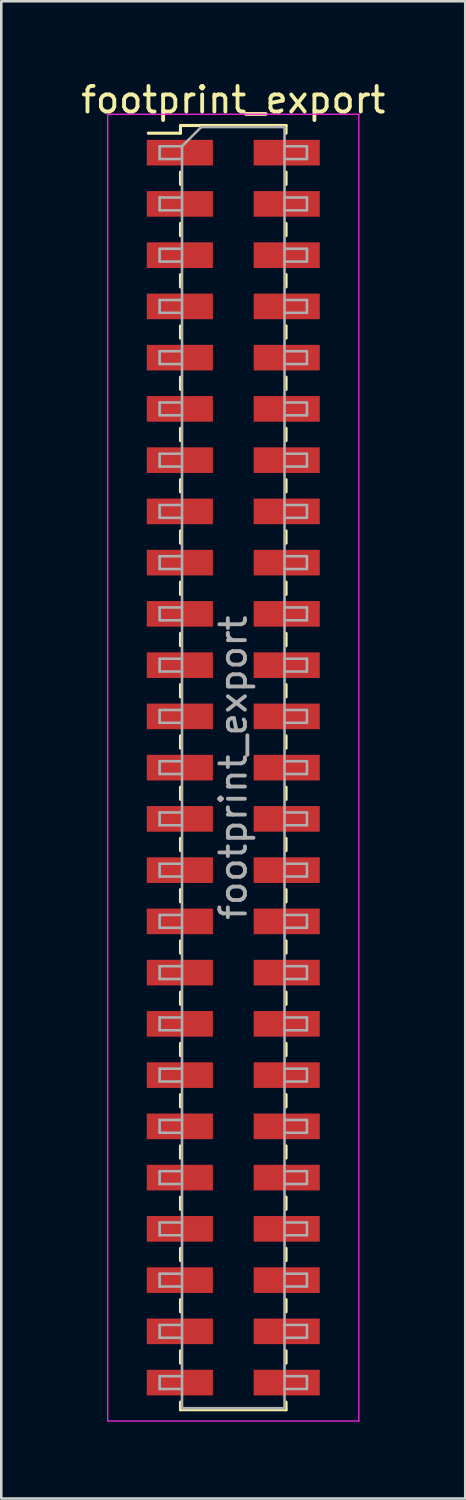
<source format=kicad_pcb>
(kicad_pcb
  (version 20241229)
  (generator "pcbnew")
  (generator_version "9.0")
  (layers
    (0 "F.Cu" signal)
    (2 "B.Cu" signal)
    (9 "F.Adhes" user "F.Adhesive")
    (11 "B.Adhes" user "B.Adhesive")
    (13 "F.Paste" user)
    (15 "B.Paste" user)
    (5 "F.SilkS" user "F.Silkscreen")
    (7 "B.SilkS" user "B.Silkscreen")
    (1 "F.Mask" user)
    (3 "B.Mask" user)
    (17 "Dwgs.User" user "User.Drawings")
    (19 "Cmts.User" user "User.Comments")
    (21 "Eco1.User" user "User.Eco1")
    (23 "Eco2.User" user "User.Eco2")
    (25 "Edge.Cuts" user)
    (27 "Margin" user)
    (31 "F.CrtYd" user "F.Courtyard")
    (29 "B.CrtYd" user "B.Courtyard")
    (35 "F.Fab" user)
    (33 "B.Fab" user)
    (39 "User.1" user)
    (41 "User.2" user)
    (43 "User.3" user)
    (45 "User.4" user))
  (footprint "footprint_export"
    (layer "F.Cu")
    (at 6.054 26.908)
    (property "Reference" "footprint_export" (at 0 -26.06 0) (layer "F.SilkS") (effects (font (size 1 1) (thickness 0.15))))
    (attr smd)
    (fp_line (start -3.315 -24.76) (end -2.06 -24.76) (stroke (width 0.12) (type solid)) (layer "F.SilkS"))
    (fp_line (start -2.06 -25.06) (end -2.06 -24.76) (stroke (width 0.12) (type solid)) (layer "F.SilkS"))
    (fp_line (start -2.06 -25.06) (end 2.06 -25.06) (stroke (width 0.12) (type solid)) (layer "F.SilkS"))
    (fp_line (start -2.06 -23.24) (end -2.06 -22.76) (stroke (width 0.12) (type solid)) (layer "F.SilkS"))
    (fp_line (start -2.06 -21.24) (end -2.06 -20.76) (stroke (width 0.12) (type solid)) (layer "F.SilkS"))
    (fp_line (start -2.06 -19.24) (end -2.06 -18.76) (stroke (width 0.12) (type solid)) (layer "F.SilkS"))
    (fp_line (start -2.06 -17.24) (end -2.06 -16.76) (stroke (width 0.12) (type solid)) (layer "F.SilkS"))
    (fp_line (start -2.06 -15.24) (end -2.06 -14.76) (stroke (width 0.12) (type solid)) (layer "F.SilkS"))
    (fp_line (start -2.06 -13.24) (end -2.06 -12.76) (stroke (width 0.12) (type solid)) (layer "F.SilkS"))
    (fp_line (start -2.06 -11.24) (end -2.06 -10.76) (stroke (width 0.12) (type solid)) (layer "F.SilkS"))
    (fp_line (start -2.06 -9.24) (end -2.06 -8.76) (stroke (width 0.12) (type solid)) (layer "F.SilkS"))
    (fp_line (start -2.06 -7.24) (end -2.06 -6.76) (stroke (width 0.12) (type solid)) (layer "F.SilkS"))
    (fp_line (start -2.06 -5.24) (end -2.06 -4.76) (stroke (width 0.12) (type solid)) (layer "F.SilkS"))
    (fp_line (start -2.06 -3.24) (end -2.06 -2.76) (stroke (width 0.12) (type solid)) (layer "F.SilkS"))
    (fp_line (start -2.06 -1.24) (end -2.06 -0.76) (stroke (width 0.12) (type solid)) (layer "F.SilkS"))
    (fp_line (start -2.06 0.76) (end -2.06 1.24) (stroke (width 0.12) (type solid)) (layer "F.SilkS"))
    (fp_line (start -2.06 2.76) (end -2.06 3.24) (stroke (width 0.12) (type solid)) (layer "F.SilkS"))
    (fp_line (start -2.06 4.76) (end -2.06 5.24) (stroke (width 0.12) (type solid)) (layer "F.SilkS"))
    (fp_line (start -2.06 6.76) (end -2.06 7.24) (stroke (width 0.12) (type solid)) (layer "F.SilkS"))
    (fp_line (start -2.06 8.76) (end -2.06 9.24) (stroke (width 0.12) (type solid)) (layer "F.SilkS"))
    (fp_line (start -2.06 10.76) (end -2.06 11.24) (stroke (width 0.12) (type solid)) (layer "F.SilkS"))
    (fp_line (start -2.06 12.76) (end -2.06 13.24) (stroke (width 0.12) (type solid)) (layer "F.SilkS"))
    (fp_line (start -2.06 14.76) (end -2.06 15.24) (stroke (width 0.12) (type solid)) (layer "F.SilkS"))
    (fp_line (start -2.06 16.76) (end -2.06 17.24) (stroke (width 0.12) (type solid)) (layer "F.SilkS"))
    (fp_line (start -2.06 18.76) (end -2.06 19.24) (stroke (width 0.12) (type solid)) (layer "F.SilkS"))
    (fp_line (start -2.06 20.76) (end -2.06 21.24) (stroke (width 0.12) (type solid)) (layer "F.SilkS"))
    (fp_line (start -2.06 22.76) (end -2.06 23.24) (stroke (width 0.12) (type solid)) (layer "F.SilkS"))
    (fp_line (start -2.06 24.76) (end -2.06 25.06) (stroke (width 0.12) (type solid)) (layer "F.SilkS"))
    (fp_line (start -2.06 25.06) (end 2.06 25.06) (stroke (width 0.12) (type solid)) (layer "F.SilkS"))
    (fp_line (start 2.06 -25.06) (end 2.06 -24.76) (stroke (width 0.12) (type solid)) (layer "F.SilkS"))
    (fp_line (start 2.06 -23.24) (end 2.06 -22.76) (stroke (width 0.12) (type solid)) (layer "F.SilkS"))
    (fp_line (start 2.06 -21.24) (end 2.06 -20.76) (stroke (width 0.12) (type solid)) (layer "F.SilkS"))
    (fp_line (start 2.06 -19.24) (end 2.06 -18.76) (stroke (width 0.12) (type solid)) (layer "F.SilkS"))
    (fp_line (start 2.06 -17.24) (end 2.06 -16.76) (stroke (width 0.12) (type solid)) (layer "F.SilkS"))
    (fp_line (start 2.06 -15.24) (end 2.06 -14.76) (stroke (width 0.12) (type solid)) (layer "F.SilkS"))
    (fp_line (start 2.06 -13.24) (end 2.06 -12.76) (stroke (width 0.12) (type solid)) (layer "F.SilkS"))
    (fp_line (start 2.06 -11.24) (end 2.06 -10.76) (stroke (width 0.12) (type solid)) (layer "F.SilkS"))
    (fp_line (start 2.06 -9.24) (end 2.06 -8.76) (stroke (width 0.12) (type solid)) (layer "F.SilkS"))
    (fp_line (start 2.06 -7.24) (end 2.06 -6.76) (stroke (width 0.12) (type solid)) (layer "F.SilkS"))
    (fp_line (start 2.06 -5.24) (end 2.06 -4.76) (stroke (width 0.12) (type solid)) (layer "F.SilkS"))
    (fp_line (start 2.06 -3.24) (end 2.06 -2.76) (stroke (width 0.12) (type solid)) (layer "F.SilkS"))
    (fp_line (start 2.06 -1.24) (end 2.06 -0.76) (stroke (width 0.12) (type solid)) (layer "F.SilkS"))
    (fp_line (start 2.06 0.76) (end 2.06 1.24) (stroke (width 0.12) (type solid)) (layer "F.SilkS"))
    (fp_line (start 2.06 2.76) (end 2.06 3.24) (stroke (width 0.12) (type solid)) (layer "F.SilkS"))
    (fp_line (start 2.06 4.76) (end 2.06 5.24) (stroke (width 0.12) (type solid)) (layer "F.SilkS"))
    (fp_line (start 2.06 6.76) (end 2.06 7.24) (stroke (width 0.12) (type solid)) (layer "F.SilkS"))
    (fp_line (start 2.06 8.76) (end 2.06 9.24) (stroke (width 0.12) (type solid)) (layer "F.SilkS"))
    (fp_line (start 2.06 10.76) (end 2.06 11.24) (stroke (width 0.12) (type solid)) (layer "F.SilkS"))
    (fp_line (start 2.06 12.76) (end 2.06 13.24) (stroke (width 0.12) (type solid)) (layer "F.SilkS"))
    (fp_line (start 2.06 14.76) (end 2.06 15.24) (stroke (width 0.12) (type solid)) (layer "F.SilkS"))
    (fp_line (start 2.06 16.76) (end 2.06 17.24) (stroke (width 0.12) (type solid)) (layer "F.SilkS"))
    (fp_line (start 2.06 18.76) (end 2.06 19.24) (stroke (width 0.12) (type solid)) (layer "F.SilkS"))
    (fp_line (start 2.06 20.76) (end 2.06 21.24) (stroke (width 0.12) (type solid)) (layer "F.SilkS"))
    (fp_line (start 2.06 22.76) (end 2.06 23.24) (stroke (width 0.12) (type solid)) (layer "F.SilkS"))
    (fp_line (start 2.06 24.76) (end 2.06 25.06) (stroke (width 0.12) (type solid)) (layer "F.SilkS"))
    (fp_line (start -4.9 -25.5) (end -4.9 25.5) (stroke (width 0.05) (type solid)) (layer "F.CrtYd"))
    (fp_line (start -4.9 25.5) (end 4.9 25.5) (stroke (width 0.05) (type solid)) (layer "F.CrtYd"))
    (fp_line (start 4.9 -25.5) (end -4.9 -25.5) (stroke (width 0.05) (type solid)) (layer "F.CrtYd"))
    (fp_line (start 4.9 25.5) (end 4.9 -25.5) (stroke (width 0.05) (type solid)) (layer "F.CrtYd"))
    (fp_line (start -2.875 -24.25) (end -2.875 -23.75) (stroke (width 0.1) (type solid)) (layer "F.Fab"))
    (fp_line (start -2.875 -23.75) (end -2 -23.75) (stroke (width 0.1) (type solid)) (layer "F.Fab"))
    (fp_line (start -2.875 -22.25) (end -2.875 -21.75) (stroke (width 0.1) (type solid)) (layer "F.Fab"))
    (fp_line (start -2.875 -21.75) (end -2 -21.75) (stroke (width 0.1) (type solid)) (layer "F.Fab"))
    (fp_line (start -2.875 -20.25) (end -2.875 -19.75) (stroke (width 0.1) (type solid)) (layer "F.Fab"))
    (fp_line (start -2.875 -19.75) (end -2 -19.75) (stroke (width 0.1) (type solid)) (layer "F.Fab"))
    (fp_line (start -2.875 -18.25) (end -2.875 -17.75) (stroke (width 0.1) (type solid)) (layer "F.Fab"))
    (fp_line (start -2.875 -17.75) (end -2 -17.75) (stroke (width 0.1) (type solid)) (layer "F.Fab"))
    (fp_line (start -2.875 -16.25) (end -2.875 -15.75) (stroke (width 0.1) (type solid)) (layer "F.Fab"))
    (fp_line (start -2.875 -15.75) (end -2 -15.75) (stroke (width 0.1) (type solid)) (layer "F.Fab"))
    (fp_line (start -2.875 -14.25) (end -2.875 -13.75) (stroke (width 0.1) (type solid)) (layer "F.Fab"))
    (fp_line (start -2.875 -13.75) (end -2 -13.75) (stroke (width 0.1) (type solid)) (layer "F.Fab"))
    (fp_line (start -2.875 -12.25) (end -2.875 -11.75) (stroke (width 0.1) (type solid)) (layer "F.Fab"))
    (fp_line (start -2.875 -11.75) (end -2 -11.75) (stroke (width 0.1) (type solid)) (layer "F.Fab"))
    (fp_line (start -2.875 -10.25) (end -2.875 -9.75) (stroke (width 0.1) (type solid)) (layer "F.Fab"))
    (fp_line (start -2.875 -9.75) (end -2 -9.75) (stroke (width 0.1) (type solid)) (layer "F.Fab"))
    (fp_line (start -2.875 -8.25) (end -2.875 -7.75) (stroke (width 0.1) (type solid)) (layer "F.Fab"))
    (fp_line (start -2.875 -7.75) (end -2 -7.75) (stroke (width 0.1) (type solid)) (layer "F.Fab"))
    (fp_line (start -2.875 -6.25) (end -2.875 -5.75) (stroke (width 0.1) (type solid)) (layer "F.Fab"))
    (fp_line (start -2.875 -5.75) (end -2 -5.75) (stroke (width 0.1) (type solid)) (layer "F.Fab"))
    (fp_line (start -2.875 -4.25) (end -2.875 -3.75) (stroke (width 0.1) (type solid)) (layer "F.Fab"))
    (fp_line (start -2.875 -3.75) (end -2 -3.75) (stroke (width 0.1) (type solid)) (layer "F.Fab"))
    (fp_line (start -2.875 -2.25) (end -2.875 -1.75) (stroke (width 0.1) (type solid)) (layer "F.Fab"))
    (fp_line (start -2.875 -1.75) (end -2 -1.75) (stroke (width 0.1) (type solid)) (layer "F.Fab"))
    (fp_line (start -2.875 -0.25) (end -2.875 0.25) (stroke (width 0.1) (type solid)) (layer "F.Fab"))
    (fp_line (start -2.875 0.25) (end -2 0.25) (stroke (width 0.1) (type solid)) (layer "F.Fab"))
    (fp_line (start -2.875 1.75) (end -2.875 2.25) (stroke (width 0.1) (type solid)) (layer "F.Fab"))
    (fp_line (start -2.875 2.25) (end -2 2.25) (stroke (width 0.1) (type solid)) (layer "F.Fab"))
    (fp_line (start -2.875 3.75) (end -2.875 4.25) (stroke (width 0.1) (type solid)) (layer "F.Fab"))
    (fp_line (start -2.875 4.25) (end -2 4.25) (stroke (width 0.1) (type solid)) (layer "F.Fab"))
    (fp_line (start -2.875 5.75) (end -2.875 6.25) (stroke (width 0.1) (type solid)) (layer "F.Fab"))
    (fp_line (start -2.875 6.25) (end -2 6.25) (stroke (width 0.1) (type solid)) (layer "F.Fab"))
    (fp_line (start -2.875 7.75) (end -2.875 8.25) (stroke (width 0.1) (type solid)) (layer "F.Fab"))
    (fp_line (start -2.875 8.25) (end -2 8.25) (stroke (width 0.1) (type solid)) (layer "F.Fab"))
    (fp_line (start -2.875 9.75) (end -2.875 10.25) (stroke (width 0.1) (type solid)) (layer "F.Fab"))
    (fp_line (start -2.875 10.25) (end -2 10.25) (stroke (width 0.1) (type solid)) (layer "F.Fab"))
    (fp_line (start -2.875 11.75) (end -2.875 12.25) (stroke (width 0.1) (type solid)) (layer "F.Fab"))
    (fp_line (start -2.875 12.25) (end -2 12.25) (stroke (width 0.1) (type solid)) (layer "F.Fab"))
    (fp_line (start -2.875 13.75) (end -2.875 14.25) (stroke (width 0.1) (type solid)) (layer "F.Fab"))
    (fp_line (start -2.875 14.25) (end -2 14.25) (stroke (width 0.1) (type solid)) (layer "F.Fab"))
    (fp_line (start -2.875 15.75) (end -2.875 16.25) (stroke (width 0.1) (type solid)) (layer "F.Fab"))
    (fp_line (start -2.875 16.25) (end -2 16.25) (stroke (width 0.1) (type solid)) (layer "F.Fab"))
    (fp_line (start -2.875 17.75) (end -2.875 18.25) (stroke (width 0.1) (type solid)) (layer "F.Fab"))
    (fp_line (start -2.875 18.25) (end -2 18.25) (stroke (width 0.1) (type solid)) (layer "F.Fab"))
    (fp_line (start -2.875 19.75) (end -2.875 20.25) (stroke (width 0.1) (type solid)) (layer "F.Fab"))
    (fp_line (start -2.875 20.25) (end -2 20.25) (stroke (width 0.1) (type solid)) (layer "F.Fab"))
    (fp_line (start -2.875 21.75) (end -2.875 22.25) (stroke (width 0.1) (type solid)) (layer "F.Fab"))
    (fp_line (start -2.875 22.25) (end -2 22.25) (stroke (width 0.1) (type solid)) (layer "F.Fab"))
    (fp_line (start -2.875 23.75) (end -2.875 24.25) (stroke (width 0.1) (type solid)) (layer "F.Fab"))
    (fp_line (start -2.875 24.25) (end -2 24.25) (stroke (width 0.1) (type solid)) (layer "F.Fab"))
    (fp_line (start -2 -24.25) (end -2.875 -24.25) (stroke (width 0.1) (type solid)) (layer "F.Fab"))
    (fp_line (start -2 -24.25) (end -1.25 -25) (stroke (width 0.1) (type solid)) (layer "F.Fab"))
    (fp_line (start -2 -22.25) (end -2.875 -22.25) (stroke (width 0.1) (type solid)) (layer "F.Fab"))
    (fp_line (start -2 -20.25) (end -2.875 -20.25) (stroke (width 0.1) (type solid)) (layer "F.Fab"))
    (fp_line (start -2 -18.25) (end -2.875 -18.25) (stroke (width 0.1) (type solid)) (layer "F.Fab"))
    (fp_line (start -2 -16.25) (end -2.875 -16.25) (stroke (width 0.1) (type solid)) (layer "F.Fab"))
    (fp_line (start -2 -14.25) (end -2.875 -14.25) (stroke (width 0.1) (type solid)) (layer "F.Fab"))
    (fp_line (start -2 -12.25) (end -2.875 -12.25) (stroke (width 0.1) (type solid)) (layer "F.Fab"))
    (fp_line (start -2 -10.25) (end -2.875 -10.25) (stroke (width 0.1) (type solid)) (layer "F.Fab"))
    (fp_line (start -2 -8.25) (end -2.875 -8.25) (stroke (width 0.1) (type solid)) (layer "F.Fab"))
    (fp_line (start -2 -6.25) (end -2.875 -6.25) (stroke (width 0.1) (type solid)) (layer "F.Fab"))
    (fp_line (start -2 -4.25) (end -2.875 -4.25) (stroke (width 0.1) (type solid)) (layer "F.Fab"))
    (fp_line (start -2 -2.25) (end -2.875 -2.25) (stroke (width 0.1) (type solid)) (layer "F.Fab"))
    (fp_line (start -2 -0.25) (end -2.875 -0.25) (stroke (width 0.1) (type solid)) (layer "F.Fab"))
    (fp_line (start -2 1.75) (end -2.875 1.75) (stroke (width 0.1) (type solid)) (layer "F.Fab"))
    (fp_line (start -2 3.75) (end -2.875 3.75) (stroke (width 0.1) (type solid)) (layer "F.Fab"))
    (fp_line (start -2 5.75) (end -2.875 5.75) (stroke (width 0.1) (type solid)) (layer "F.Fab"))
    (fp_line (start -2 7.75) (end -2.875 7.75) (stroke (width 0.1) (type solid)) (layer "F.Fab"))
    (fp_line (start -2 9.75) (end -2.875 9.75) (stroke (width 0.1) (type solid)) (layer "F.Fab"))
    (fp_line (start -2 11.75) (end -2.875 11.75) (stroke (width 0.1) (type solid)) (layer "F.Fab"))
    (fp_line (start -2 13.75) (end -2.875 13.75) (stroke (width 0.1) (type solid)) (layer "F.Fab"))
    (fp_line (start -2 15.75) (end -2.875 15.75) (stroke (width 0.1) (type solid)) (layer "F.Fab"))
    (fp_line (start -2 17.75) (end -2.875 17.75) (stroke (width 0.1) (type solid)) (layer "F.Fab"))
    (fp_line (start -2 19.75) (end -2.875 19.75) (stroke (width 0.1) (type solid)) (layer "F.Fab"))
    (fp_line (start -2 21.75) (end -2.875 21.75) (stroke (width 0.1) (type solid)) (layer "F.Fab"))
    (fp_line (start -2 23.75) (end -2.875 23.75) (stroke (width 0.1) (type solid)) (layer "F.Fab"))
    (fp_line (start -2 25) (end -2 -24.25) (stroke (width 0.1) (type solid)) (layer "F.Fab"))
    (fp_line (start -1.25 -25) (end 2 -25) (stroke (width 0.1) (type solid)) (layer "F.Fab"))
    (fp_line (start 2 -25) (end 2 25) (stroke (width 0.1) (type solid)) (layer "F.Fab"))
    (fp_line (start 2 -24.25) (end 2.875 -24.25) (stroke (width 0.1) (type solid)) (layer "F.Fab"))
    (fp_line (start 2 -22.25) (end 2.875 -22.25) (stroke (width 0.1) (type solid)) (layer "F.Fab"))
    (fp_line (start 2 -20.25) (end 2.875 -20.25) (stroke (width 0.1) (type solid)) (layer "F.Fab"))
    (fp_line (start 2 -18.25) (end 2.875 -18.25) (stroke (width 0.1) (type solid)) (layer "F.Fab"))
    (fp_line (start 2 -16.25) (end 2.875 -16.25) (stroke (width 0.1) (type solid)) (layer "F.Fab"))
    (fp_line (start 2 -14.25) (end 2.875 -14.25) (stroke (width 0.1) (type solid)) (layer "F.Fab"))
    (fp_line (start 2 -12.25) (end 2.875 -12.25) (stroke (width 0.1) (type solid)) (layer "F.Fab"))
    (fp_line (start 2 -10.25) (end 2.875 -10.25) (stroke (width 0.1) (type solid)) (layer "F.Fab"))
    (fp_line (start 2 -8.25) (end 2.875 -8.25) (stroke (width 0.1) (type solid)) (layer "F.Fab"))
    (fp_line (start 2 -6.25) (end 2.875 -6.25) (stroke (width 0.1) (type solid)) (layer "F.Fab"))
    (fp_line (start 2 -4.25) (end 2.875 -4.25) (stroke (width 0.1) (type solid)) (layer "F.Fab"))
    (fp_line (start 2 -2.25) (end 2.875 -2.25) (stroke (width 0.1) (type solid)) (layer "F.Fab"))
    (fp_line (start 2 -0.25) (end 2.875 -0.25) (stroke (width 0.1) (type solid)) (layer "F.Fab"))
    (fp_line (start 2 1.75) (end 2.875 1.75) (stroke (width 0.1) (type solid)) (layer "F.Fab"))
    (fp_line (start 2 3.75) (end 2.875 3.75) (stroke (width 0.1) (type solid)) (layer "F.Fab"))
    (fp_line (start 2 5.75) (end 2.875 5.75) (stroke (width 0.1) (type solid)) (layer "F.Fab"))
    (fp_line (start 2 7.75) (end 2.875 7.75) (stroke (width 0.1) (type solid)) (layer "F.Fab"))
    (fp_line (start 2 9.75) (end 2.875 9.75) (stroke (width 0.1) (type solid)) (layer "F.Fab"))
    (fp_line (start 2 11.75) (end 2.875 11.75) (stroke (width 0.1) (type solid)) (layer "F.Fab"))
    (fp_line (start 2 13.75) (end 2.875 13.75) (stroke (width 0.1) (type solid)) (layer "F.Fab"))
    (fp_line (start 2 15.75) (end 2.875 15.75) (stroke (width 0.1) (type solid)) (layer "F.Fab"))
    (fp_line (start 2 17.75) (end 2.875 17.75) (stroke (width 0.1) (type solid)) (layer "F.Fab"))
    (fp_line (start 2 19.75) (end 2.875 19.75) (stroke (width 0.1) (type solid)) (layer "F.Fab"))
    (fp_line (start 2 21.75) (end 2.875 21.75) (stroke (width 0.1) (type solid)) (layer "F.Fab"))
    (fp_line (start 2 23.75) (end 2.875 23.75) (stroke (width 0.1) (type solid)) (layer "F.Fab"))
    (fp_line (start 2 25) (end -2 25) (stroke (width 0.1) (type solid)) (layer "F.Fab"))
    (fp_line (start 2.875 -24.25) (end 2.875 -23.75) (stroke (width 0.1) (type solid)) (layer "F.Fab"))
    (fp_line (start 2.875 -23.75) (end 2 -23.75) (stroke (width 0.1) (type solid)) (layer "F.Fab"))
    (fp_line (start 2.875 -22.25) (end 2.875 -21.75) (stroke (width 0.1) (type solid)) (layer "F.Fab"))
    (fp_line (start 2.875 -21.75) (end 2 -21.75) (stroke (width 0.1) (type solid)) (layer "F.Fab"))
    (fp_line (start 2.875 -20.25) (end 2.875 -19.75) (stroke (width 0.1) (type solid)) (layer "F.Fab"))
    (fp_line (start 2.875 -19.75) (end 2 -19.75) (stroke (width 0.1) (type solid)) (layer "F.Fab"))
    (fp_line (start 2.875 -18.25) (end 2.875 -17.75) (stroke (width 0.1) (type solid)) (layer "F.Fab"))
    (fp_line (start 2.875 -17.75) (end 2 -17.75) (stroke (width 0.1) (type solid)) (layer "F.Fab"))
    (fp_line (start 2.875 -16.25) (end 2.875 -15.75) (stroke (width 0.1) (type solid)) (layer "F.Fab"))
    (fp_line (start 2.875 -15.75) (end 2 -15.75) (stroke (width 0.1) (type solid)) (layer "F.Fab"))
    (fp_line (start 2.875 -14.25) (end 2.875 -13.75) (stroke (width 0.1) (type solid)) (layer "F.Fab"))
    (fp_line (start 2.875 -13.75) (end 2 -13.75) (stroke (width 0.1) (type solid)) (layer "F.Fab"))
    (fp_line (start 2.875 -12.25) (end 2.875 -11.75) (stroke (width 0.1) (type solid)) (layer "F.Fab"))
    (fp_line (start 2.875 -11.75) (end 2 -11.75) (stroke (width 0.1) (type solid)) (layer "F.Fab"))
    (fp_line (start 2.875 -10.25) (end 2.875 -9.75) (stroke (width 0.1) (type solid)) (layer "F.Fab"))
    (fp_line (start 2.875 -9.75) (end 2 -9.75) (stroke (width 0.1) (type solid)) (layer "F.Fab"))
    (fp_line (start 2.875 -8.25) (end 2.875 -7.75) (stroke (width 0.1) (type solid)) (layer "F.Fab"))
    (fp_line (start 2.875 -7.75) (end 2 -7.75) (stroke (width 0.1) (type solid)) (layer "F.Fab"))
    (fp_line (start 2.875 -6.25) (end 2.875 -5.75) (stroke (width 0.1) (type solid)) (layer "F.Fab"))
    (fp_line (start 2.875 -5.75) (end 2 -5.75) (stroke (width 0.1) (type solid)) (layer "F.Fab"))
    (fp_line (start 2.875 -4.25) (end 2.875 -3.75) (stroke (width 0.1) (type solid)) (layer "F.Fab"))
    (fp_line (start 2.875 -3.75) (end 2 -3.75) (stroke (width 0.1) (type solid)) (layer "F.Fab"))
    (fp_line (start 2.875 -2.25) (end 2.875 -1.75) (stroke (width 0.1) (type solid)) (layer "F.Fab"))
    (fp_line (start 2.875 -1.75) (end 2 -1.75) (stroke (width 0.1) (type solid)) (layer "F.Fab"))
    (fp_line (start 2.875 -0.25) (end 2.875 0.25) (stroke (width 0.1) (type solid)) (layer "F.Fab"))
    (fp_line (start 2.875 0.25) (end 2 0.25) (stroke (width 0.1) (type solid)) (layer "F.Fab"))
    (fp_line (start 2.875 1.75) (end 2.875 2.25) (stroke (width 0.1) (type solid)) (layer "F.Fab"))
    (fp_line (start 2.875 2.25) (end 2 2.25) (stroke (width 0.1) (type solid)) (layer "F.Fab"))
    (fp_line (start 2.875 3.75) (end 2.875 4.25) (stroke (width 0.1) (type solid)) (layer "F.Fab"))
    (fp_line (start 2.875 4.25) (end 2 4.25) (stroke (width 0.1) (type solid)) (layer "F.Fab"))
    (fp_line (start 2.875 5.75) (end 2.875 6.25) (stroke (width 0.1) (type solid)) (layer "F.Fab"))
    (fp_line (start 2.875 6.25) (end 2 6.25) (stroke (width 0.1) (type solid)) (layer "F.Fab"))
    (fp_line (start 2.875 7.75) (end 2.875 8.25) (stroke (width 0.1) (type solid)) (layer "F.Fab"))
    (fp_line (start 2.875 8.25) (end 2 8.25) (stroke (width 0.1) (type solid)) (layer "F.Fab"))
    (fp_line (start 2.875 9.75) (end 2.875 10.25) (stroke (width 0.1) (type solid)) (layer "F.Fab"))
    (fp_line (start 2.875 10.25) (end 2 10.25) (stroke (width 0.1) (type solid)) (layer "F.Fab"))
    (fp_line (start 2.875 11.75) (end 2.875 12.25) (stroke (width 0.1) (type solid)) (layer "F.Fab"))
    (fp_line (start 2.875 12.25) (end 2 12.25) (stroke (width 0.1) (type solid)) (layer "F.Fab"))
    (fp_line (start 2.875 13.75) (end 2.875 14.25) (stroke (width 0.1) (type solid)) (layer "F.Fab"))
    (fp_line (start 2.875 14.25) (end 2 14.25) (stroke (width 0.1) (type solid)) (layer "F.Fab"))
    (fp_line (start 2.875 15.75) (end 2.875 16.25) (stroke (width 0.1) (type solid)) (layer "F.Fab"))
    (fp_line (start 2.875 16.25) (end 2 16.25) (stroke (width 0.1) (type solid)) (layer "F.Fab"))
    (fp_line (start 2.875 17.75) (end 2.875 18.25) (stroke (width 0.1) (type solid)) (layer "F.Fab"))
    (fp_line (start 2.875 18.25) (end 2 18.25) (stroke (width 0.1) (type solid)) (layer "F.Fab"))
    (fp_line (start 2.875 19.75) (end 2.875 20.25) (stroke (width 0.1) (type solid)) (layer "F.Fab"))
    (fp_line (start 2.875 20.25) (end 2 20.25) (stroke (width 0.1) (type solid)) (layer "F.Fab"))
    (fp_line (start 2.875 21.75) (end 2.875 22.25) (stroke (width 0.1) (type solid)) (layer "F.Fab"))
    (fp_line (start 2.875 22.25) (end 2 22.25) (stroke (width 0.1) (type solid)) (layer "F.Fab"))
    (fp_line (start 2.875 23.75) (end 2.875 24.25) (stroke (width 0.1) (type solid)) (layer "F.Fab"))
    (fp_line (start 2.875 24.25) (end 2 24.25) (stroke (width 0.1) (type solid)) (layer "F.Fab"))
    (fp_text user "${REFERENCE}" (at 0 0 90) (layer "F.Fab") (effects (font (size 1 1) (thickness 0.15))))
    (pad "1" smd rect (at -2.085 -24) (size 2.58 1) (layers "F.Cu" "F.Mask" "F.Paste"))
    (pad "2" smd rect (at 2.085 -24) (size 2.58 1) (layers "F.Cu" "F.Mask" "F.Paste"))
    (pad "3" smd rect (at -2.085 -22) (size 2.58 1) (layers "F.Cu" "F.Mask" "F.Paste"))
    (pad "4" smd rect (at 2.085 -22) (size 2.58 1) (layers "F.Cu" "F.Mask" "F.Paste"))
    (pad "5" smd rect (at -2.085 -20) (size 2.58 1) (layers "F.Cu" "F.Mask" "F.Paste"))
    (pad "6" smd rect (at 2.085 -20) (size 2.58 1) (layers "F.Cu" "F.Mask" "F.Paste"))
    (pad "7" smd rect (at -2.085 -18) (size 2.58 1) (layers "F.Cu" "F.Mask" "F.Paste"))
    (pad "8" smd rect (at 2.085 -18) (size 2.58 1) (layers "F.Cu" "F.Mask" "F.Paste"))
    (pad "9" smd rect (at -2.085 -16) (size 2.58 1) (layers "F.Cu" "F.Mask" "F.Paste"))
    (pad "10" smd rect (at 2.085 -16) (size 2.58 1) (layers "F.Cu" "F.Mask" "F.Paste"))
    (pad "11" smd rect (at -2.085 -14) (size 2.58 1) (layers "F.Cu" "F.Mask" "F.Paste"))
    (pad "12" smd rect (at 2.085 -14) (size 2.58 1) (layers "F.Cu" "F.Mask" "F.Paste"))
    (pad "13" smd rect (at -2.085 -12) (size 2.58 1) (layers "F.Cu" "F.Mask" "F.Paste"))
    (pad "14" smd rect (at 2.085 -12) (size 2.58 1) (layers "F.Cu" "F.Mask" "F.Paste"))
    (pad "15" smd rect (at -2.085 -10) (size 2.58 1) (layers "F.Cu" "F.Mask" "F.Paste"))
    (pad "16" smd rect (at 2.085 -10) (size 2.58 1) (layers "F.Cu" "F.Mask" "F.Paste"))
    (pad "17" smd rect (at -2.085 -8) (size 2.58 1) (layers "F.Cu" "F.Mask" "F.Paste"))
    (pad "18" smd rect (at 2.085 -8) (size 2.58 1) (layers "F.Cu" "F.Mask" "F.Paste"))
    (pad "19" smd rect (at -2.085 -6) (size 2.58 1) (layers "F.Cu" "F.Mask" "F.Paste"))
    (pad "20" smd rect (at 2.085 -6) (size 2.58 1) (layers "F.Cu" "F.Mask" "F.Paste"))
    (pad "21" smd rect (at -2.085 -4) (size 2.58 1) (layers "F.Cu" "F.Mask" "F.Paste"))
    (pad "22" smd rect (at 2.085 -4) (size 2.58 1) (layers "F.Cu" "F.Mask" "F.Paste"))
    (pad "23" smd rect (at -2.085 -2) (size 2.58 1) (layers "F.Cu" "F.Mask" "F.Paste"))
    (pad "24" smd rect (at 2.085 -2) (size 2.58 1) (layers "F.Cu" "F.Mask" "F.Paste"))
    (pad "25" smd rect (at -2.085 0) (size 2.58 1) (layers "F.Cu" "F.Mask" "F.Paste"))
    (pad "26" smd rect (at 2.085 0) (size 2.58 1) (layers "F.Cu" "F.Mask" "F.Paste"))
    (pad "27" smd rect (at -2.085 2) (size 2.58 1) (layers "F.Cu" "F.Mask" "F.Paste"))
    (pad "28" smd rect (at 2.085 2) (size 2.58 1) (layers "F.Cu" "F.Mask" "F.Paste"))
    (pad "29" smd rect (at -2.085 4) (size 2.58 1) (layers "F.Cu" "F.Mask" "F.Paste"))
    (pad "30" smd rect (at 2.085 4) (size 2.58 1) (layers "F.Cu" "F.Mask" "F.Paste"))
    (pad "31" smd rect (at -2.085 6) (size 2.58 1) (layers "F.Cu" "F.Mask" "F.Paste"))
    (pad "32" smd rect (at 2.085 6) (size 2.58 1) (layers "F.Cu" "F.Mask" "F.Paste"))
    (pad "33" smd rect (at -2.085 8) (size 2.58 1) (layers "F.Cu" "F.Mask" "F.Paste"))
    (pad "34" smd rect (at 2.085 8) (size 2.58 1) (layers "F.Cu" "F.Mask" "F.Paste"))
    (pad "35" smd rect (at -2.085 10) (size 2.58 1) (layers "F.Cu" "F.Mask" "F.Paste"))
    (pad "36" smd rect (at 2.085 10) (size 2.58 1) (layers "F.Cu" "F.Mask" "F.Paste"))
    (pad "37" smd rect (at -2.085 12) (size 2.58 1) (layers "F.Cu" "F.Mask" "F.Paste"))
    (pad "38" smd rect (at 2.085 12) (size 2.58 1) (layers "F.Cu" "F.Mask" "F.Paste"))
    (pad "39" smd rect (at -2.085 14) (size 2.58 1) (layers "F.Cu" "F.Mask" "F.Paste"))
    (pad "40" smd rect (at 2.085 14) (size 2.58 1) (layers "F.Cu" "F.Mask" "F.Paste"))
    (pad "41" smd rect (at -2.085 16) (size 2.58 1) (layers "F.Cu" "F.Mask" "F.Paste"))
    (pad "42" smd rect (at 2.085 16) (size 2.58 1) (layers "F.Cu" "F.Mask" "F.Paste"))
    (pad "43" smd rect (at -2.085 18) (size 2.58 1) (layers "F.Cu" "F.Mask" "F.Paste"))
    (pad "44" smd rect (at 2.085 18) (size 2.58 1) (layers "F.Cu" "F.Mask" "F.Paste"))
    (pad "45" smd rect (at -2.085 20) (size 2.58 1) (layers "F.Cu" "F.Mask" "F.Paste"))
    (pad "46" smd rect (at 2.085 20) (size 2.58 1) (layers "F.Cu" "F.Mask" "F.Paste"))
    (pad "47" smd rect (at -2.085 22) (size 2.58 1) (layers "F.Cu" "F.Mask" "F.Paste"))
    (pad "48" smd rect (at 2.085 22) (size 2.58 1) (layers "F.Cu" "F.Mask" "F.Paste"))
    (pad "49" smd rect (at -2.085 24) (size 2.58 1) (layers "F.Cu" "F.Mask" "F.Paste"))
    (pad "50" smd rect (at 2.085 24) (size 2.58 1) (layers "F.Cu" "F.Mask" "F.Paste")))
  (gr_rect
    (start -3 -3)
    (end 15.107 55.433)
    (stroke (width 0.1) (type default))
    (fill no)
    (layer "Edge.Cuts")))
</source>
